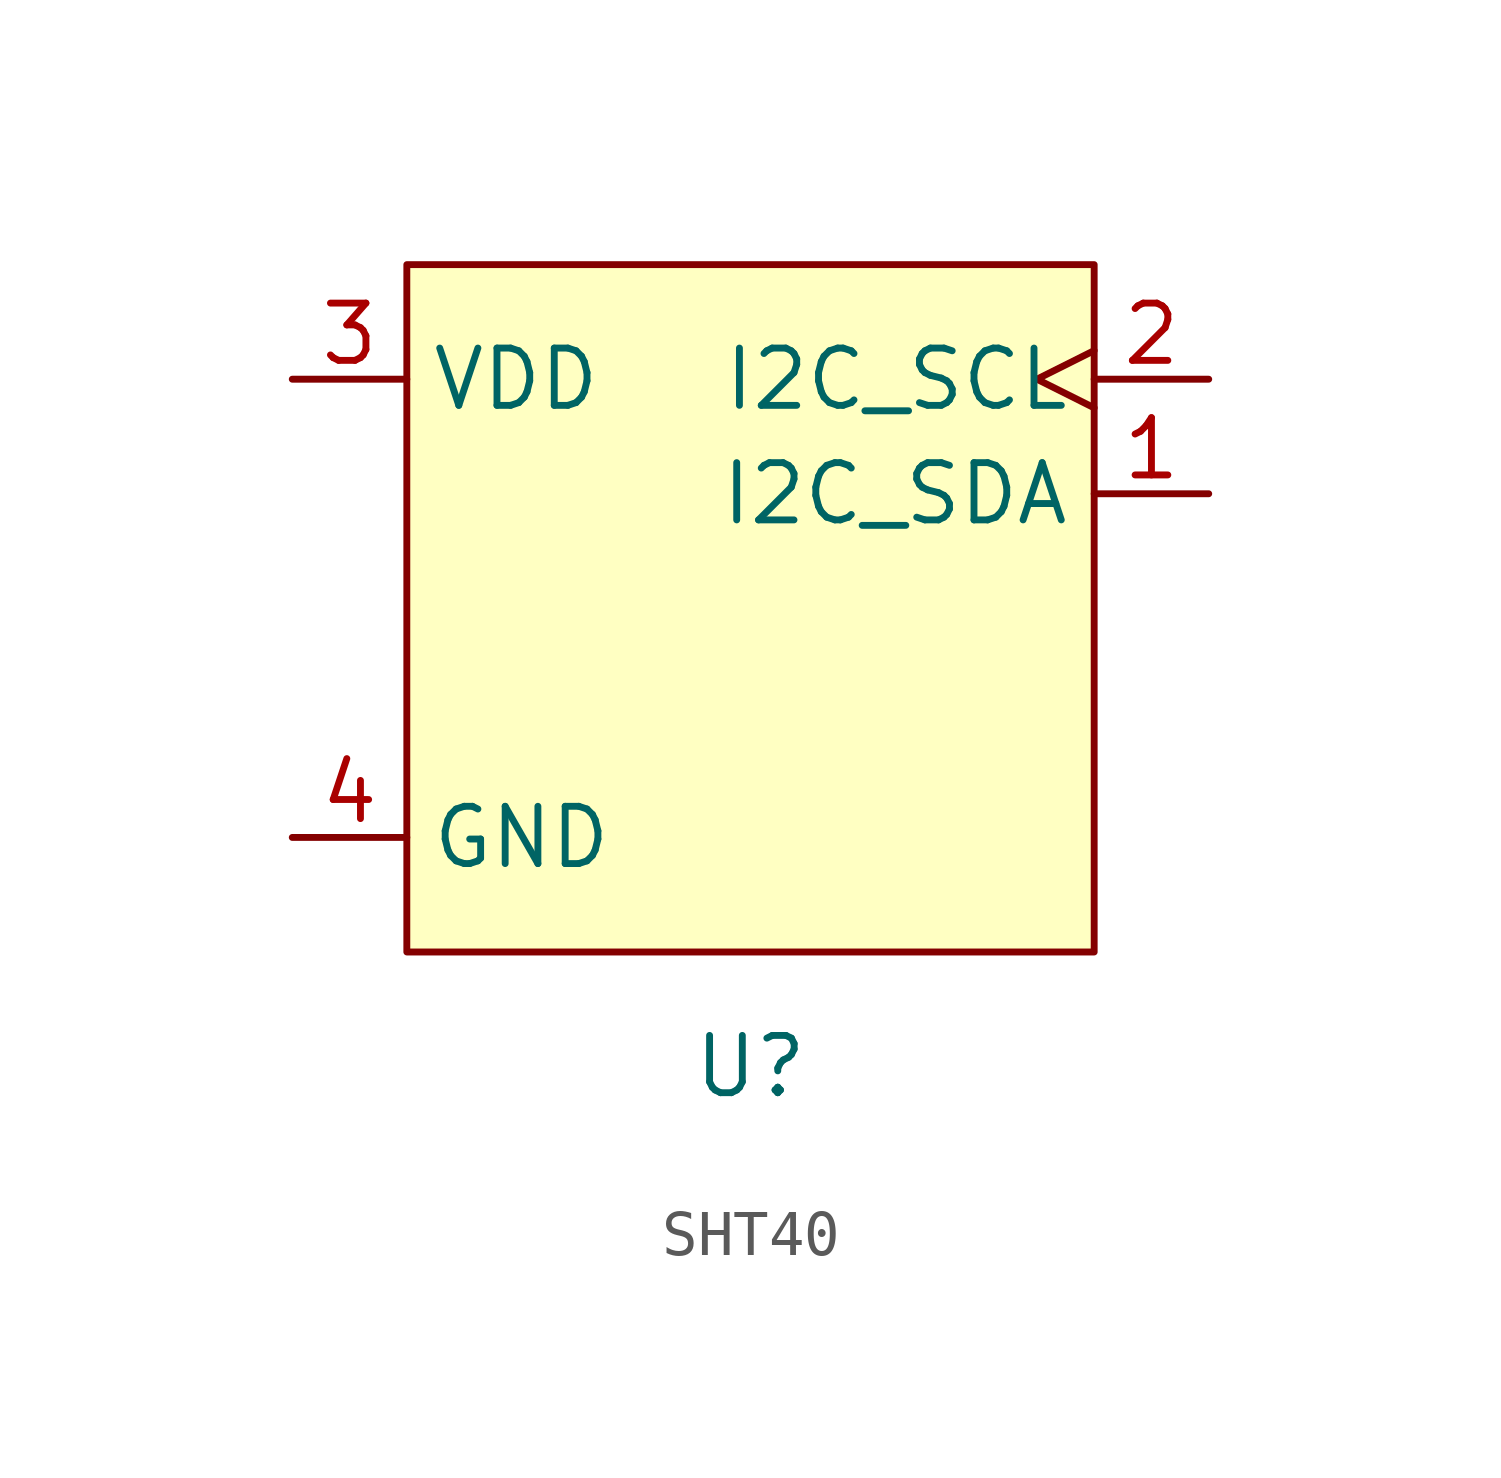
<source format=kicad_sym>
(kicad_symbol_lib
  (version 20220914)
  (generator kicad_symbol_editor)
  (symbol "SHT40"
    (property "Reference" "U"
      (at 0 -10.16 0)
      (effects (font (size 1.27 1.27))))
    (property "Value" ""
      (at 0 -2.54 0)
      (effects (font (size 1.27 1.27))))
    (symbol "SHT40_1_1"
      (rectangle (start -7.62 7.62) (end 7.62 -7.62) (stroke (width 0) (type default)) (fill (type background)))
      (pin bidirectional line (at 10.16 2.54 180) (length 2.54) (name "I2C_SDA" (effects (font (size 1.27 1.27)))) (number "1" (effects (font (size 1.27 1.27)))))
      (pin input clock (at 10.16 5.08 180) (length 2.54) (name "I2C_SCL" (effects (font (size 1.27 1.27)))) (number "2" (effects (font (size 1.27 1.27)))))
      (pin power_in line (at -10.16 5.08 0) (length 2.54) (name "VDD" (effects (font (size 1.27 1.27)))) (number "3" (effects (font (size 1.27 1.27)))))
      (pin passive line (at -10.16 -5.08 0) (length 2.54) (name "GND" (effects (font (size 1.27 1.27)))) (number "4" (effects (font (size 1.27 1.27))))))))
</source>
